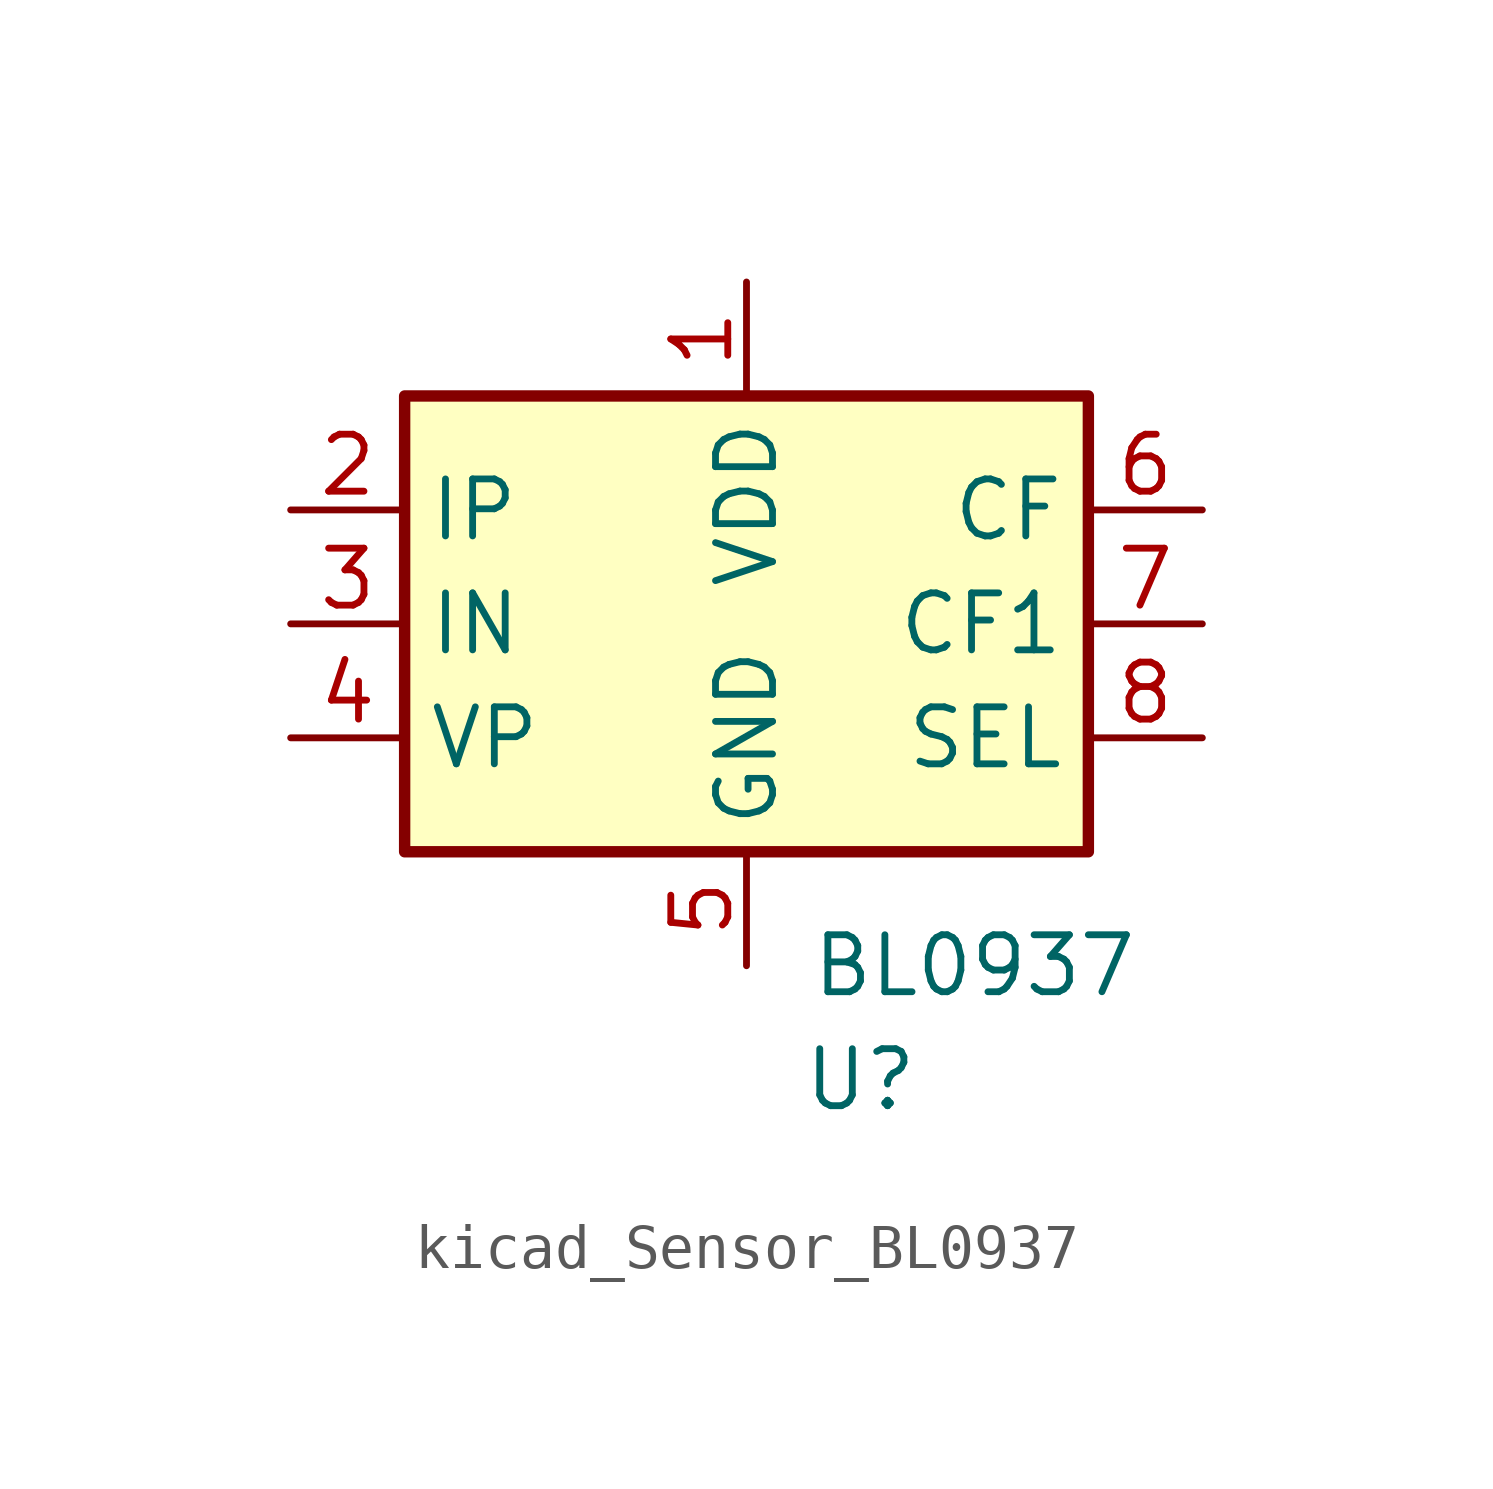
<source format=kicad_sym>
(kicad_symbol_lib
  (version 20220914)
  (generator kicad_symbol_editor)
  (symbol "kicad_Sensor_BL0937"
    (property "Reference" "U"
      (at 2.54 -10.16 0)
      (effects (font (size 1.27 1.27))))
    (property "Value" "BL0937"
      (at 5.08 -7.62 0)
      (effects (font (size 1.27 1.27))))
    (symbol "kicad_Sensor_BL0937_0_1"
      (rectangle (start -7.62 5.08) (end 7.62 -5.08) (stroke (width 0.254) (type default)) (fill (type background))))
    (symbol "kicad_Sensor_BL0937_1_1"
      (pin power_in line (at 0 7.62 270) (length 2.54) (name "VDD" (effects (font (size 1.27 1.27)))) (number "1" (effects (font (size 1.27 1.27)))))
      (pin input line (at -10.16 2.54 0) (length 2.54) (name "IP" (effects (font (size 1.27 1.27)))) (number "2" (effects (font (size 1.27 1.27)))))
      (pin input line (at -10.16 0 0) (length 2.54) (name "IN" (effects (font (size 1.27 1.27)))) (number "3" (effects (font (size 1.27 1.27)))))
      (pin input line (at -10.16 -2.54 0) (length 2.54) (name "VP" (effects (font (size 1.27 1.27)))) (number "4" (effects (font (size 1.27 1.27)))))
      (pin power_in line (at 0 -7.62 90) (length 2.54) (name "GND" (effects (font (size 1.27 1.27)))) (number "5" (effects (font (size 1.27 1.27)))))
      (pin output line (at 10.16 2.54 180) (length 2.54) (name "CF" (effects (font (size 1.27 1.27)))) (number "6" (effects (font (size 1.27 1.27)))))
      (pin output line (at 10.16 0 180) (length 2.54) (name "CF1" (effects (font (size 1.27 1.27)))) (number "7" (effects (font (size 1.27 1.27)))))
      (pin input line (at 10.16 -2.54 180) (length 2.54) (name "SEL" (effects (font (size 1.27 1.27)))) (number "8" (effects (font (size 1.27 1.27))))))))
</source>
